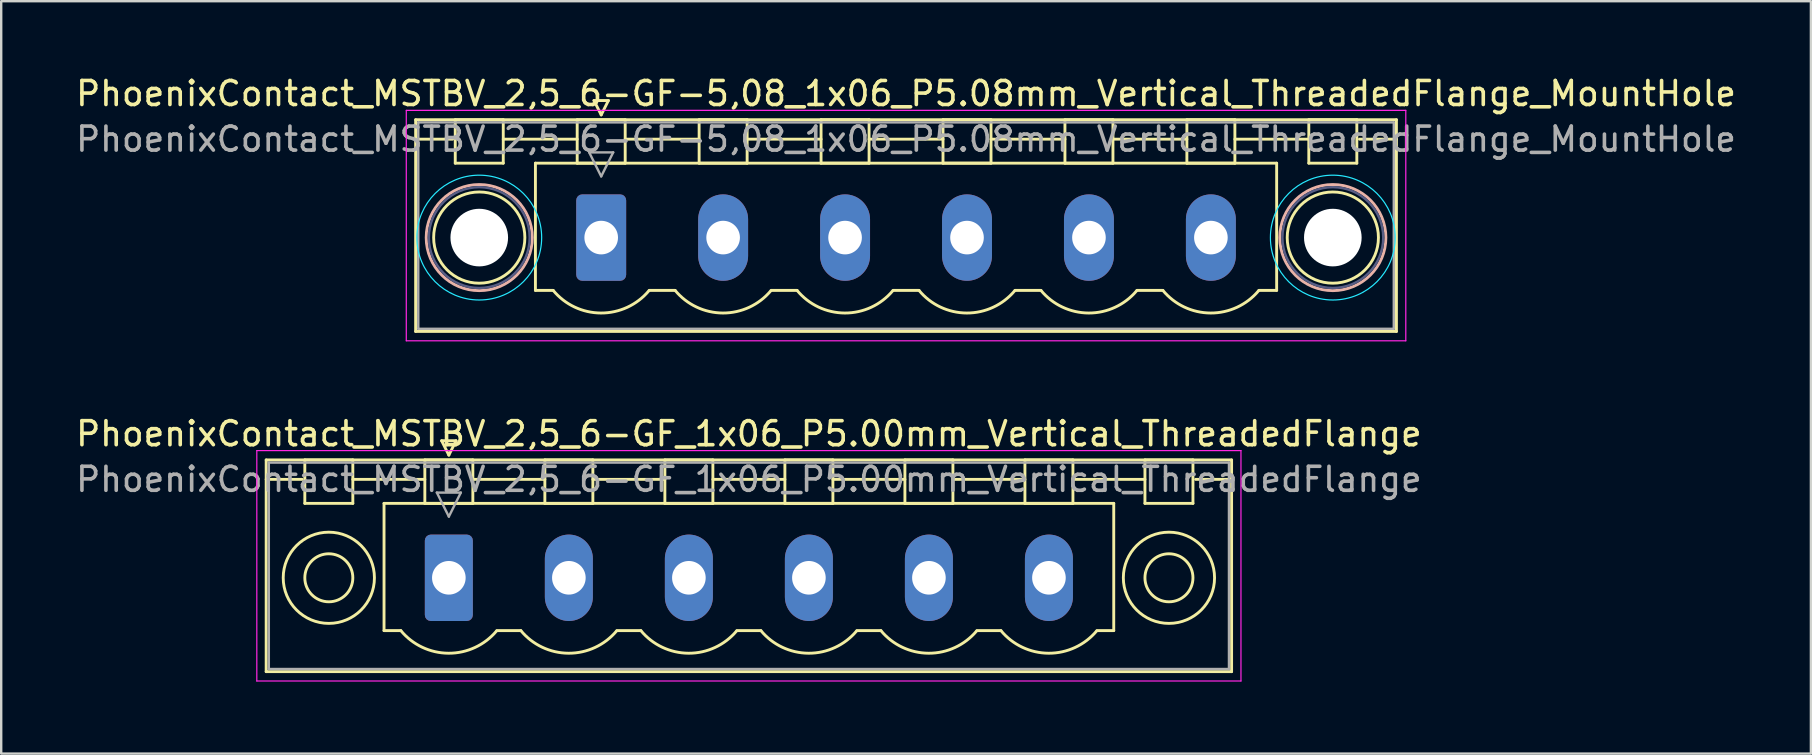
<source format=kicad_pcb>
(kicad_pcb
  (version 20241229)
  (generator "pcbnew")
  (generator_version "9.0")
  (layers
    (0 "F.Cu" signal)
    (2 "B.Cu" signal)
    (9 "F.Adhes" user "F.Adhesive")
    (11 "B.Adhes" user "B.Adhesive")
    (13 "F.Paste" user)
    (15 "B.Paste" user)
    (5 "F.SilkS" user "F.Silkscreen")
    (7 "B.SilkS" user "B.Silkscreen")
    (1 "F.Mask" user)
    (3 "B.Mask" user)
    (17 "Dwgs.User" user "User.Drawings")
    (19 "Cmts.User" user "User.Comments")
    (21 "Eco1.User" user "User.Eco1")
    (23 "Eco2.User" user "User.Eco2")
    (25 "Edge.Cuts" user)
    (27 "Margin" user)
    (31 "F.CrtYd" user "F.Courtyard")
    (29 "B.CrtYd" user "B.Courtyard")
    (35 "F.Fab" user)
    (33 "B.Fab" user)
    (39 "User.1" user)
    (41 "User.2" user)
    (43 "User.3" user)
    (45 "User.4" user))
  (footprint "PhoenixContact_MSTBV_2,5_6-GF-5,08_1x06_P5.08mm_Vertical_ThreadedFlange_MountHole"
    (layer "F.Cu")
    (at 21.996 6.848)
    (property "Reference" "PhoenixContact_MSTBV_2,5_6-GF-5,08_1x06_P5.08mm_Vertical_ThreadedFlange_MountHole" (at 12.7 -6 0) (layer "F.SilkS") (effects (font (size 1 1) (thickness 0.15))))
    (attr through_hole)
    (fp_line (start -7.73 -4.91) (end -7.73 3.91) (stroke (width 0.12) (type solid)) (layer "F.SilkS"))
    (fp_line (start -7.73 -4.1) (end -6.19 -4.1) (stroke (width 0.12) (type solid)) (layer "F.SilkS"))
    (fp_line (start -7.73 3.91) (end 33.13 3.91) (stroke (width 0.12) (type solid)) (layer "F.SilkS"))
    (fp_line (start -6.08 -4.91) (end -4.08 -4.91) (stroke (width 0.12) (type solid)) (layer "F.SilkS"))
    (fp_line (start -6.08 -3.1) (end -6.08 -4.91) (stroke (width 0.12) (type solid)) (layer "F.SilkS"))
    (fp_line (start -4.08 -4.91) (end -4.08 -3.1) (stroke (width 0.12) (type solid)) (layer "F.SilkS"))
    (fp_line (start -4.08 -4.1) (end -1 -4.1) (stroke (width 0.12) (type solid)) (layer "F.SilkS"))
    (fp_line (start -4.08 -3.1) (end -6.08 -3.1) (stroke (width 0.12) (type solid)) (layer "F.SilkS"))
    (fp_line (start -2.74 -3.1) (end 28.14 -3.1) (stroke (width 0.12) (type solid)) (layer "F.SilkS"))
    (fp_line (start -2.74 2.2) (end -2.74 -3.1) (stroke (width 0.12) (type solid)) (layer "F.SilkS"))
    (fp_line (start -2 2.2) (end -2.74 2.2) (stroke (width 0.12) (type solid)) (layer "F.SilkS"))
    (fp_line (start -1 -4.91) (end 1 -4.91) (stroke (width 0.12) (type solid)) (layer "F.SilkS"))
    (fp_line (start -1 -3.1) (end -1 -4.91) (stroke (width 0.12) (type solid)) (layer "F.SilkS"))
    (fp_line (start -0.3 -5.71) (end 0.3 -5.71) (stroke (width 0.12) (type solid)) (layer "F.SilkS"))
    (fp_line (start 0 -5.11) (end -0.3 -5.71) (stroke (width 0.12) (type solid)) (layer "F.SilkS"))
    (fp_line (start 0.3 -5.71) (end 0 -5.11) (stroke (width 0.12) (type solid)) (layer "F.SilkS"))
    (fp_line (start 1 -4.91) (end 1 -3.1) (stroke (width 0.12) (type solid)) (layer "F.SilkS"))
    (fp_line (start 1 -4.1) (end 4.08 -4.1) (stroke (width 0.12) (type solid)) (layer "F.SilkS"))
    (fp_line (start 1 -3.1) (end -1 -3.1) (stroke (width 0.12) (type solid)) (layer "F.SilkS"))
    (fp_line (start 2 2.2) (end 3.08 2.2) (stroke (width 0.12) (type solid)) (layer "F.SilkS"))
    (fp_line (start 4.08 -4.91) (end 6.08 -4.91) (stroke (width 0.12) (type solid)) (layer "F.SilkS"))
    (fp_line (start 4.08 -3.1) (end 4.08 -4.91) (stroke (width 0.12) (type solid)) (layer "F.SilkS"))
    (fp_line (start 6.08 -4.91) (end 6.08 -3.1) (stroke (width 0.12) (type solid)) (layer "F.SilkS"))
    (fp_line (start 6.08 -4.1) (end 9.16 -4.1) (stroke (width 0.12) (type solid)) (layer "F.SilkS"))
    (fp_line (start 6.08 -3.1) (end 4.08 -3.1) (stroke (width 0.12) (type solid)) (layer "F.SilkS"))
    (fp_line (start 7.08 2.2) (end 8.16 2.2) (stroke (width 0.12) (type solid)) (layer "F.SilkS"))
    (fp_line (start 9.16 -4.91) (end 11.16 -4.91) (stroke (width 0.12) (type solid)) (layer "F.SilkS"))
    (fp_line (start 9.16 -3.1) (end 9.16 -4.91) (stroke (width 0.12) (type solid)) (layer "F.SilkS"))
    (fp_line (start 11.16 -4.91) (end 11.16 -3.1) (stroke (width 0.12) (type solid)) (layer "F.SilkS"))
    (fp_line (start 11.16 -4.1) (end 14.24 -4.1) (stroke (width 0.12) (type solid)) (layer "F.SilkS"))
    (fp_line (start 11.16 -3.1) (end 9.16 -3.1) (stroke (width 0.12) (type solid)) (layer "F.SilkS"))
    (fp_line (start 12.16 2.2) (end 13.24 2.2) (stroke (width 0.12) (type solid)) (layer "F.SilkS"))
    (fp_line (start 14.24 -4.91) (end 16.24 -4.91) (stroke (width 0.12) (type solid)) (layer "F.SilkS"))
    (fp_line (start 14.24 -3.1) (end 14.24 -4.91) (stroke (width 0.12) (type solid)) (layer "F.SilkS"))
    (fp_line (start 16.24 -4.91) (end 16.24 -3.1) (stroke (width 0.12) (type solid)) (layer "F.SilkS"))
    (fp_line (start 16.24 -4.1) (end 19.32 -4.1) (stroke (width 0.12) (type solid)) (layer "F.SilkS"))
    (fp_line (start 16.24 -3.1) (end 14.24 -3.1) (stroke (width 0.12) (type solid)) (layer "F.SilkS"))
    (fp_line (start 17.24 2.2) (end 18.32 2.2) (stroke (width 0.12) (type solid)) (layer "F.SilkS"))
    (fp_line (start 19.32 -4.91) (end 21.32 -4.91) (stroke (width 0.12) (type solid)) (layer "F.SilkS"))
    (fp_line (start 19.32 -3.1) (end 19.32 -4.91) (stroke (width 0.12) (type solid)) (layer "F.SilkS"))
    (fp_line (start 21.32 -4.91) (end 21.32 -3.1) (stroke (width 0.12) (type solid)) (layer "F.SilkS"))
    (fp_line (start 21.32 -4.1) (end 24.4 -4.1) (stroke (width 0.12) (type solid)) (layer "F.SilkS"))
    (fp_line (start 21.32 -3.1) (end 19.32 -3.1) (stroke (width 0.12) (type solid)) (layer "F.SilkS"))
    (fp_line (start 22.32 2.2) (end 23.4 2.2) (stroke (width 0.12) (type solid)) (layer "F.SilkS"))
    (fp_line (start 24.4 -4.91) (end 26.4 -4.91) (stroke (width 0.12) (type solid)) (layer "F.SilkS"))
    (fp_line (start 24.4 -3.1) (end 24.4 -4.91) (stroke (width 0.12) (type solid)) (layer "F.SilkS"))
    (fp_line (start 26.4 -4.91) (end 26.4 -3.1) (stroke (width 0.12) (type solid)) (layer "F.SilkS"))
    (fp_line (start 26.4 -4.1) (end 29.48 -4.1) (stroke (width 0.12) (type solid)) (layer "F.SilkS"))
    (fp_line (start 26.4 -3.1) (end 24.4 -3.1) (stroke (width 0.12) (type solid)) (layer "F.SilkS"))
    (fp_line (start 28.14 -3.1) (end 28.14 2.2) (stroke (width 0.12) (type solid)) (layer "F.SilkS"))
    (fp_line (start 28.14 2.2) (end 27.4 2.2) (stroke (width 0.12) (type solid)) (layer "F.SilkS"))
    (fp_line (start 29.48 -4.91) (end 31.48 -4.91) (stroke (width 0.12) (type solid)) (layer "F.SilkS"))
    (fp_line (start 29.48 -3.1) (end 29.48 -4.91) (stroke (width 0.12) (type solid)) (layer "F.SilkS"))
    (fp_line (start 31.48 -4.91) (end 31.48 -3.1) (stroke (width 0.12) (type solid)) (layer "F.SilkS"))
    (fp_line (start 31.48 -3.1) (end 29.48 -3.1) (stroke (width 0.12) (type solid)) (layer "F.SilkS"))
    (fp_line (start 33.13 -4.91) (end -7.73 -4.91) (stroke (width 0.12) (type solid)) (layer "F.SilkS"))
    (fp_line (start 33.13 -4.1) (end 31.59 -4.1) (stroke (width 0.12) (type solid)) (layer "F.SilkS"))
    (fp_line (start 33.13 3.91) (end 33.13 -4.91) (stroke (width 0.12) (type solid)) (layer "F.SilkS"))
    (fp_arc (start 1.986842 2.215821) (mid -0.010289 3.142758) (end -2 2.2) (stroke (width 0.12) (type solid)) (layer "F.SilkS"))
    (fp_arc (start 7.066842 2.215821) (mid 5.069711 3.142758) (end 3.08 2.2) (stroke (width 0.12) (type solid)) (layer "F.SilkS"))
    (fp_arc (start 12.146842 2.215821) (mid 10.149711 3.142758) (end 8.16 2.2) (stroke (width 0.12) (type solid)) (layer "F.SilkS"))
    (fp_arc (start 17.226842 2.215821) (mid 15.229711 3.142758) (end 13.24 2.2) (stroke (width 0.12) (type solid)) (layer "F.SilkS"))
    (fp_arc (start 22.306842 2.215821) (mid 20.309711 3.142758) (end 18.32 2.2) (stroke (width 0.12) (type solid)) (layer "F.SilkS"))
    (fp_arc (start 27.386842 2.215821) (mid 25.389711 3.142758) (end 23.4 2.2) (stroke (width 0.12) (type solid)) (layer "F.SilkS"))
    (fp_circle (center -5.08 0) (end -3.18 0) (stroke (width 0.12) (type solid)) (fill no) (layer "F.SilkS"))
    (fp_circle (center 30.48 0) (end 32.38 0) (stroke (width 0.12) (type solid)) (fill no) (layer "F.SilkS"))
    (fp_circle (center -5.08 0) (end -2.87 0) (stroke (width 0.12) (type solid)) (fill no) (layer "B.SilkS"))
    (fp_circle (center 30.48 0) (end 32.69 0) (stroke (width 0.12) (type solid)) (fill no) (layer "B.SilkS"))
    (fp_circle (center -5.08 0) (end -2.48 0) (stroke (width 0.05) (type solid)) (fill no) (layer "B.CrtYd"))
    (fp_circle (center 30.48 0) (end 33.08 0) (stroke (width 0.05) (type solid)) (fill no) (layer "B.CrtYd"))
    (fp_line (start -8.12 -5.3) (end -8.12 4.3) (stroke (width 0.05) (type solid)) (layer "F.CrtYd"))
    (fp_line (start -8.12 4.3) (end 33.52 4.3) (stroke (width 0.05) (type solid)) (layer "F.CrtYd"))
    (fp_line (start 33.52 -5.3) (end -8.12 -5.3) (stroke (width 0.05) (type solid)) (layer "F.CrtYd"))
    (fp_line (start 33.52 4.3) (end 33.52 -5.3) (stroke (width 0.05) (type solid)) (layer "F.CrtYd"))
    (fp_circle (center -5.08 0) (end -2.98 0) (stroke (width 0.1) (type solid)) (fill no) (layer "B.Fab"))
    (fp_circle (center 30.48 0) (end 32.58 0) (stroke (width 0.1) (type solid)) (fill no) (layer "B.Fab"))
    (fp_line (start -7.62 -4.8) (end -7.62 3.8) (stroke (width 0.1) (type solid)) (layer "F.Fab"))
    (fp_line (start -7.62 3.8) (end 33.02 3.8) (stroke (width 0.1) (type solid)) (layer "F.Fab"))
    (fp_line (start -0.5 -3.55) (end 0.5 -3.55) (stroke (width 0.1) (type solid)) (layer "F.Fab"))
    (fp_line (start 0 -2.55) (end -0.5 -3.55) (stroke (width 0.1) (type solid)) (layer "F.Fab"))
    (fp_line (start 0.5 -3.55) (end 0 -2.55) (stroke (width 0.1) (type solid)) (layer "F.Fab"))
    (fp_line (start 33.02 -4.8) (end -7.62 -4.8) (stroke (width 0.1) (type solid)) (layer "F.Fab"))
    (fp_line (start 33.02 3.8) (end 33.02 -4.8) (stroke (width 0.1) (type solid)) (layer "F.Fab"))
    (fp_text user "${REFERENCE}" (at 12.7 -4.1 0) (layer "F.Fab") (effects (font (size 1 1) (thickness 0.15))))
    (pad "" np_thru_hole circle (at -5.08 0) (size 2.4 2.4) (drill 2.4) (layers "*.Cu" "*.Mask"))
    (pad "" np_thru_hole circle (at 30.48 0) (size 2.4 2.4) (drill 2.4) (layers "*.Cu" "*.Mask"))
    (pad "1" thru_hole roundrect (at 0 0) (size 2.08 3.6) (drill 1.4) (layers "*.Cu" "*.Mask") (roundrect_rratio 0.12))
    (pad "2" thru_hole oval (at 5.08 0) (size 2.08 3.6) (drill 1.4) (layers "*.Cu" "*.Mask"))
    (pad "3" thru_hole oval (at 10.16 0) (size 2.08 3.6) (drill 1.4) (layers "*.Cu" "*.Mask"))
    (pad "4" thru_hole oval (at 15.24 0) (size 2.08 3.6) (drill 1.4) (layers "*.Cu" "*.Mask"))
    (pad "5" thru_hole oval (at 20.32 0) (size 2.08 3.6) (drill 1.4) (layers "*.Cu" "*.Mask"))
    (pad "6" thru_hole oval (at 25.4 0) (size 2.08 3.6) (drill 1.4) (layers "*.Cu" "*.Mask")))
  (footprint "PhoenixContact_MSTBV_2,5_6-GF_1x06_P5.00mm_Vertical_ThreadedFlange"
    (layer "F.Cu")
    (at 15.649 21.021)
    (property "Reference" "PhoenixContact_MSTBV_2,5_6-GF_1x06_P5.00mm_Vertical_ThreadedFlange" (at 12.5 -6 0) (layer "F.SilkS") (effects (font (size 1 1) (thickness 0.15))))
    (attr through_hole)
    (fp_line (start -7.61 -4.91) (end -7.61 3.91) (stroke (width 0.12) (type solid)) (layer "F.SilkS"))
    (fp_line (start -7.61 -4.1) (end -6.11 -4.1) (stroke (width 0.12) (type solid)) (layer "F.SilkS"))
    (fp_line (start -7.61 3.91) (end 32.61 3.91) (stroke (width 0.12) (type solid)) (layer "F.SilkS"))
    (fp_line (start -6 -4.91) (end -4 -4.91) (stroke (width 0.12) (type solid)) (layer "F.SilkS"))
    (fp_line (start -6 -3.1) (end -6 -4.91) (stroke (width 0.12) (type solid)) (layer "F.SilkS"))
    (fp_line (start -4 -4.91) (end -4 -3.1) (stroke (width 0.12) (type solid)) (layer "F.SilkS"))
    (fp_line (start -4 -4.1) (end -1 -4.1) (stroke (width 0.12) (type solid)) (layer "F.SilkS"))
    (fp_line (start -4 -3.1) (end -6 -3.1) (stroke (width 0.12) (type solid)) (layer "F.SilkS"))
    (fp_line (start -2.7 -3.1) (end 27.7 -3.1) (stroke (width 0.12) (type solid)) (layer "F.SilkS"))
    (fp_line (start -2.7 2.2) (end -2.7 -3.1) (stroke (width 0.12) (type solid)) (layer "F.SilkS"))
    (fp_line (start -2 2.2) (end -2.7 2.2) (stroke (width 0.12) (type solid)) (layer "F.SilkS"))
    (fp_line (start -1 -4.91) (end 1 -4.91) (stroke (width 0.12) (type solid)) (layer "F.SilkS"))
    (fp_line (start -1 -3.1) (end -1 -4.91) (stroke (width 0.12) (type solid)) (layer "F.SilkS"))
    (fp_line (start -0.3 -5.71) (end 0.3 -5.71) (stroke (width 0.12) (type solid)) (layer "F.SilkS"))
    (fp_line (start 0 -5.11) (end -0.3 -5.71) (stroke (width 0.12) (type solid)) (layer "F.SilkS"))
    (fp_line (start 0.3 -5.71) (end 0 -5.11) (stroke (width 0.12) (type solid)) (layer "F.SilkS"))
    (fp_line (start 1 -4.91) (end 1 -3.1) (stroke (width 0.12) (type solid)) (layer "F.SilkS"))
    (fp_line (start 1 -4.1) (end 4 -4.1) (stroke (width 0.12) (type solid)) (layer "F.SilkS"))
    (fp_line (start 1 -3.1) (end -1 -3.1) (stroke (width 0.12) (type solid)) (layer "F.SilkS"))
    (fp_line (start 2 2.2) (end 3 2.2) (stroke (width 0.12) (type solid)) (layer "F.SilkS"))
    (fp_line (start 4 -4.91) (end 6 -4.91) (stroke (width 0.12) (type solid)) (layer "F.SilkS"))
    (fp_line (start 4 -3.1) (end 4 -4.91) (stroke (width 0.12) (type solid)) (layer "F.SilkS"))
    (fp_line (start 6 -4.91) (end 6 -3.1) (stroke (width 0.12) (type solid)) (layer "F.SilkS"))
    (fp_line (start 6 -4.1) (end 9 -4.1) (stroke (width 0.12) (type solid)) (layer "F.SilkS"))
    (fp_line (start 6 -3.1) (end 4 -3.1) (stroke (width 0.12) (type solid)) (layer "F.SilkS"))
    (fp_line (start 7 2.2) (end 8 2.2) (stroke (width 0.12) (type solid)) (layer "F.SilkS"))
    (fp_line (start 9 -4.91) (end 11 -4.91) (stroke (width 0.12) (type solid)) (layer "F.SilkS"))
    (fp_line (start 9 -3.1) (end 9 -4.91) (stroke (width 0.12) (type solid)) (layer "F.SilkS"))
    (fp_line (start 11 -4.91) (end 11 -3.1) (stroke (width 0.12) (type solid)) (layer "F.SilkS"))
    (fp_line (start 11 -4.1) (end 14 -4.1) (stroke (width 0.12) (type solid)) (layer "F.SilkS"))
    (fp_line (start 11 -3.1) (end 9 -3.1) (stroke (width 0.12) (type solid)) (layer "F.SilkS"))
    (fp_line (start 12 2.2) (end 13 2.2) (stroke (width 0.12) (type solid)) (layer "F.SilkS"))
    (fp_line (start 14 -4.91) (end 16 -4.91) (stroke (width 0.12) (type solid)) (layer "F.SilkS"))
    (fp_line (start 14 -3.1) (end 14 -4.91) (stroke (width 0.12) (type solid)) (layer "F.SilkS"))
    (fp_line (start 16 -4.91) (end 16 -3.1) (stroke (width 0.12) (type solid)) (layer "F.SilkS"))
    (fp_line (start 16 -4.1) (end 19 -4.1) (stroke (width 0.12) (type solid)) (layer "F.SilkS"))
    (fp_line (start 16 -3.1) (end 14 -3.1) (stroke (width 0.12) (type solid)) (layer "F.SilkS"))
    (fp_line (start 17 2.2) (end 18 2.2) (stroke (width 0.12) (type solid)) (layer "F.SilkS"))
    (fp_line (start 19 -4.91) (end 21 -4.91) (stroke (width 0.12) (type solid)) (layer "F.SilkS"))
    (fp_line (start 19 -3.1) (end 19 -4.91) (stroke (width 0.12) (type solid)) (layer "F.SilkS"))
    (fp_line (start 21 -4.91) (end 21 -3.1) (stroke (width 0.12) (type solid)) (layer "F.SilkS"))
    (fp_line (start 21 -4.1) (end 24 -4.1) (stroke (width 0.12) (type solid)) (layer "F.SilkS"))
    (fp_line (start 21 -3.1) (end 19 -3.1) (stroke (width 0.12) (type solid)) (layer "F.SilkS"))
    (fp_line (start 22 2.2) (end 23 2.2) (stroke (width 0.12) (type solid)) (layer "F.SilkS"))
    (fp_line (start 24 -4.91) (end 26 -4.91) (stroke (width 0.12) (type solid)) (layer "F.SilkS"))
    (fp_line (start 24 -3.1) (end 24 -4.91) (stroke (width 0.12) (type solid)) (layer "F.SilkS"))
    (fp_line (start 26 -4.91) (end 26 -3.1) (stroke (width 0.12) (type solid)) (layer "F.SilkS"))
    (fp_line (start 26 -4.1) (end 29 -4.1) (stroke (width 0.12) (type solid)) (layer "F.SilkS"))
    (fp_line (start 26 -3.1) (end 24 -3.1) (stroke (width 0.12) (type solid)) (layer "F.SilkS"))
    (fp_line (start 27.7 -3.1) (end 27.7 2.2) (stroke (width 0.12) (type solid)) (layer "F.SilkS"))
    (fp_line (start 27.7 2.2) (end 27 2.2) (stroke (width 0.12) (type solid)) (layer "F.SilkS"))
    (fp_line (start 29 -4.91) (end 31 -4.91) (stroke (width 0.12) (type solid)) (layer "F.SilkS"))
    (fp_line (start 29 -3.1) (end 29 -4.91) (stroke (width 0.12) (type solid)) (layer "F.SilkS"))
    (fp_line (start 31 -4.91) (end 31 -3.1) (stroke (width 0.12) (type solid)) (layer "F.SilkS"))
    (fp_line (start 31 -3.1) (end 29 -3.1) (stroke (width 0.12) (type solid)) (layer "F.SilkS"))
    (fp_line (start 32.61 -4.91) (end -7.61 -4.91) (stroke (width 0.12) (type solid)) (layer "F.SilkS"))
    (fp_line (start 32.61 -4.1) (end 31.11 -4.1) (stroke (width 0.12) (type solid)) (layer "F.SilkS"))
    (fp_line (start 32.61 3.91) (end 32.61 -4.91) (stroke (width 0.12) (type solid)) (layer "F.SilkS"))
    (fp_arc (start 1.986842 2.215821) (mid -0.010289 3.142758) (end -2 2.2) (stroke (width 0.12) (type solid)) (layer "F.SilkS"))
    (fp_arc (start 6.986842 2.215821) (mid 4.989711 3.142758) (end 3 2.2) (stroke (width 0.12) (type solid)) (layer "F.SilkS"))
    (fp_arc (start 11.986842 2.215821) (mid 9.989711 3.142758) (end 8 2.2) (stroke (width 0.12) (type solid)) (layer "F.SilkS"))
    (fp_arc (start 16.986842 2.215821) (mid 14.989711 3.142758) (end 13 2.2) (stroke (width 0.12) (type solid)) (layer "F.SilkS"))
    (fp_arc (start 21.986842 2.215821) (mid 19.989711 3.142758) (end 18 2.2) (stroke (width 0.12) (type solid)) (layer "F.SilkS"))
    (fp_arc (start 26.986842 2.215821) (mid 24.989711 3.142758) (end 23 2.2) (stroke (width 0.12) (type solid)) (layer "F.SilkS"))
    (fp_circle (center -5 0) (end -4 0) (stroke (width 0.12) (type solid)) (fill no) (layer "F.SilkS"))
    (fp_circle (center -5 0) (end -3.1 0) (stroke (width 0.12) (type solid)) (fill no) (layer "F.SilkS"))
    (fp_circle (center 30 0) (end 31 0) (stroke (width 0.12) (type solid)) (fill no) (layer "F.SilkS"))
    (fp_circle (center 30 0) (end 31.9 0) (stroke (width 0.12) (type solid)) (fill no) (layer "F.SilkS"))
    (fp_line (start -8 -5.3) (end -8 4.3) (stroke (width 0.05) (type solid)) (layer "F.CrtYd"))
    (fp_line (start -8 4.3) (end 33 4.3) (stroke (width 0.05) (type solid)) (layer "F.CrtYd"))
    (fp_line (start 33 -5.3) (end -8 -5.3) (stroke (width 0.05) (type solid)) (layer "F.CrtYd"))
    (fp_line (start 33 4.3) (end 33 -5.3) (stroke (width 0.05) (type solid)) (layer "F.CrtYd"))
    (fp_line (start -7.5 -4.8) (end -7.5 3.8) (stroke (width 0.1) (type solid)) (layer "F.Fab"))
    (fp_line (start -7.5 3.8) (end 32.5 3.8) (stroke (width 0.1) (type solid)) (layer "F.Fab"))
    (fp_line (start -0.5 -3.55) (end 0.5 -3.55) (stroke (width 0.1) (type solid)) (layer "F.Fab"))
    (fp_line (start 0 -2.55) (end -0.5 -3.55) (stroke (width 0.1) (type solid)) (layer "F.Fab"))
    (fp_line (start 0.5 -3.55) (end 0 -2.55) (stroke (width 0.1) (type solid)) (layer "F.Fab"))
    (fp_line (start 32.5 -4.8) (end -7.5 -4.8) (stroke (width 0.1) (type solid)) (layer "F.Fab"))
    (fp_line (start 32.5 3.8) (end 32.5 -4.8) (stroke (width 0.1) (type solid)) (layer "F.Fab"))
    (fp_text user "${REFERENCE}" (at 12.5 -4.1 0) (layer "F.Fab") (effects (font (size 1 1) (thickness 0.15))))
    (pad "1" thru_hole roundrect (at 0 0) (size 2 3.6) (drill 1.4) (layers "*.Cu" "*.Mask") (roundrect_rratio 0.125))
    (pad "2" thru_hole oval (at 5 0) (size 2 3.6) (drill 1.4) (layers "*.Cu" "*.Mask"))
    (pad "3" thru_hole oval (at 10 0) (size 2 3.6) (drill 1.4) (layers "*.Cu" "*.Mask"))
    (pad "4" thru_hole oval (at 15 0) (size 2 3.6) (drill 1.4) (layers "*.Cu" "*.Mask"))
    (pad "5" thru_hole oval (at 20 0) (size 2 3.6) (drill 1.4) (layers "*.Cu" "*.Mask"))
    (pad "6" thru_hole oval (at 25 0) (size 2 3.6) (drill 1.4) (layers "*.Cu" "*.Mask")))
  (gr_rect
    (start -3 -3)
    (end 72.393 28.346)
    (stroke (width 0.1) (type default))
    (fill no)
    (layer "Edge.Cuts")))
</source>
